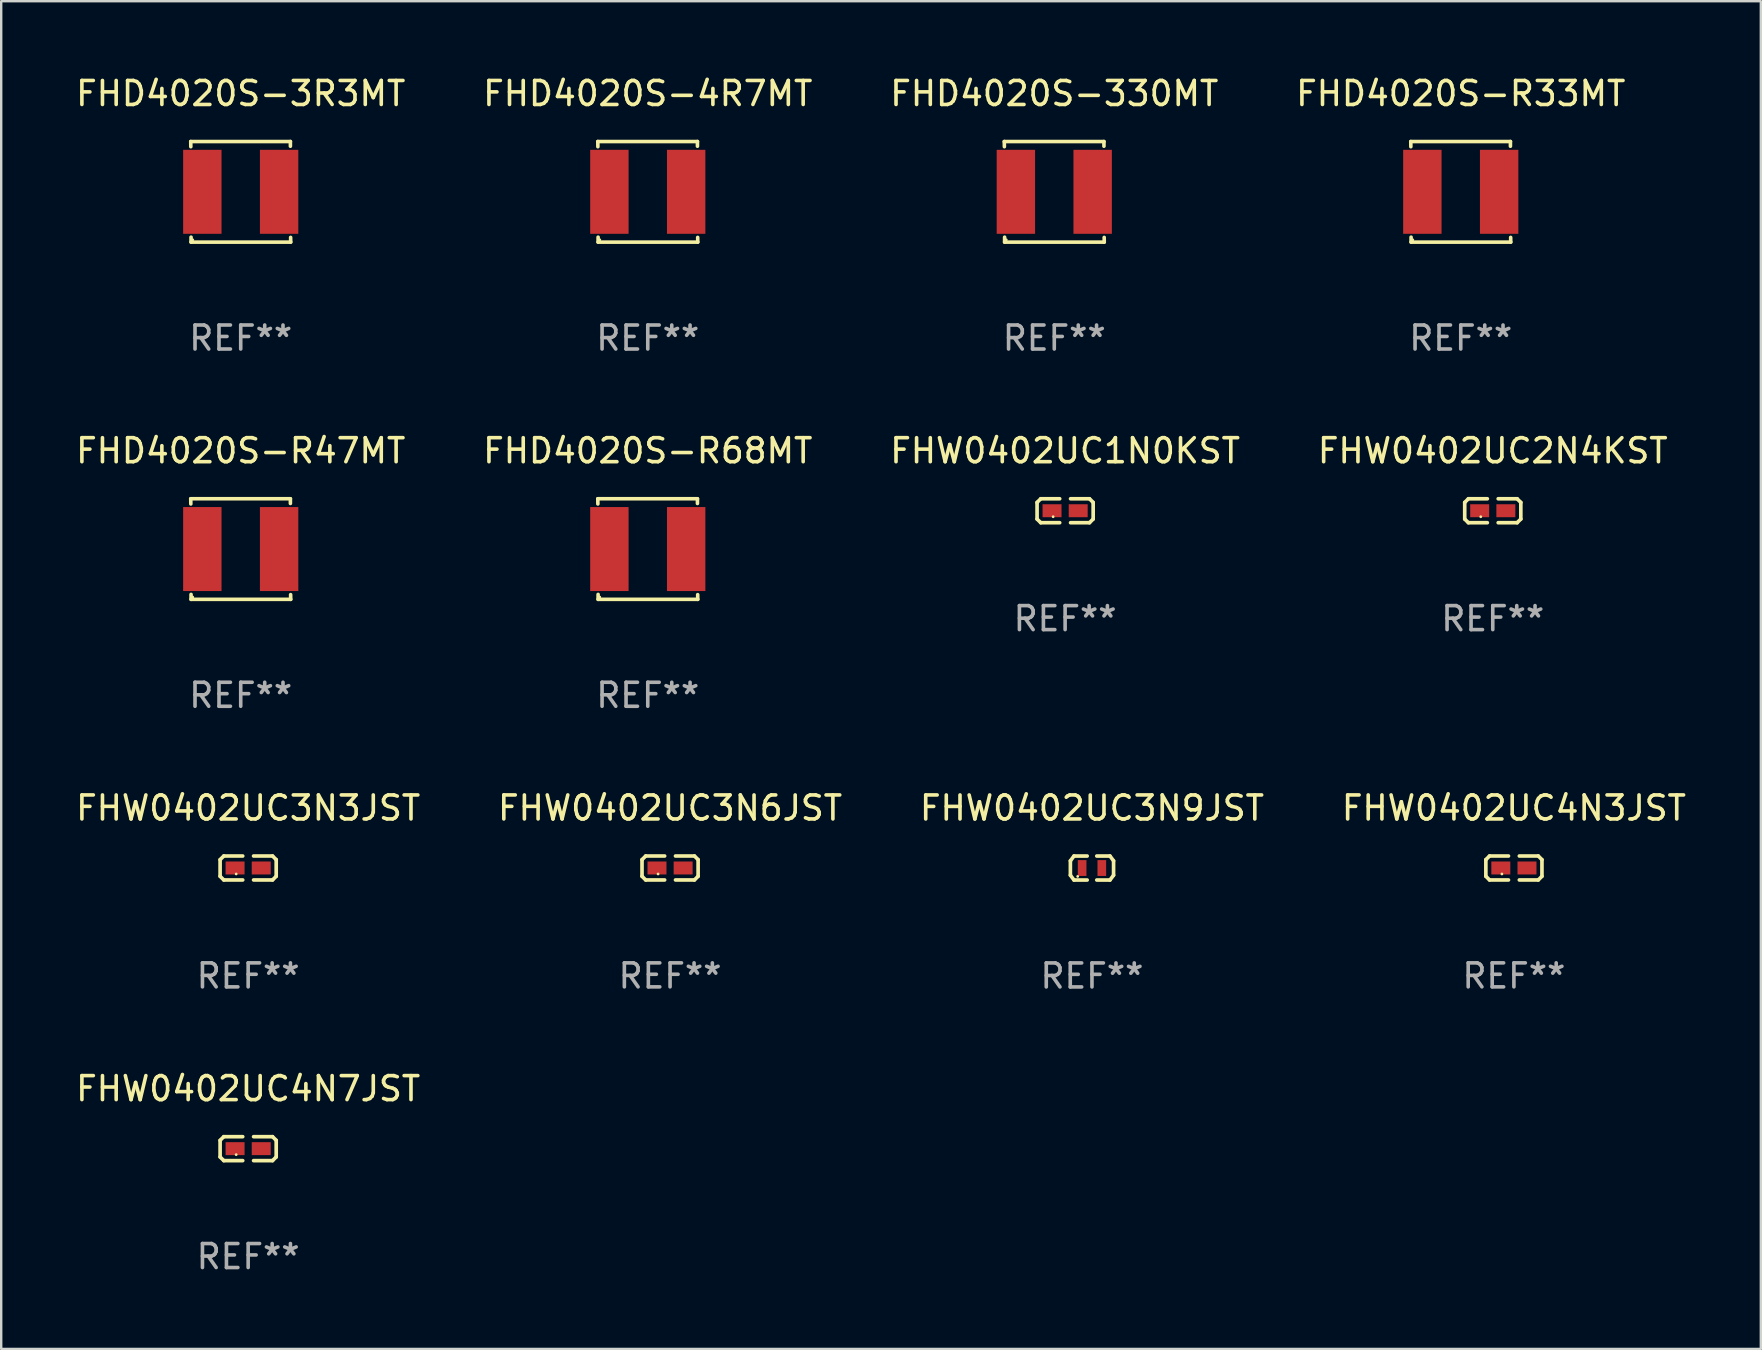
<source format=kicad_pcb>
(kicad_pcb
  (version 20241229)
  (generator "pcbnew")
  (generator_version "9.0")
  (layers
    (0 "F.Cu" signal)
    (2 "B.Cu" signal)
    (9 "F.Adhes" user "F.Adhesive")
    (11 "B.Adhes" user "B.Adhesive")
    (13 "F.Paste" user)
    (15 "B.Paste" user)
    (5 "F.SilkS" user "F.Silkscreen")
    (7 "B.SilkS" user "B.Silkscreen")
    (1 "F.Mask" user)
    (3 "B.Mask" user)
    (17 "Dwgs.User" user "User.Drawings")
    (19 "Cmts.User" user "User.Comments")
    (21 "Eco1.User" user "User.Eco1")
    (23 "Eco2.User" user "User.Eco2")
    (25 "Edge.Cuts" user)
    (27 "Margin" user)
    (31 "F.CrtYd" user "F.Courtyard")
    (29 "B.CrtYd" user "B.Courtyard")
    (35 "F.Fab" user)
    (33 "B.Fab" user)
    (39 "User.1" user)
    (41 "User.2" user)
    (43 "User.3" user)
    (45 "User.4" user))
  (footprint "FHW0402UC3N9JST"
    (layer "F.Cu")
    (at 42.458 33.125)
    (property "Reference" "FHW0402UC3N9JST" (at 0 -2.5 0) (layer "F.SilkS") (effects (font (size 1 1) (thickness 0.15))))
    (attr through_hole)
    (fp_line (start -0.9 -0.3) (end -0.9 0.3) (stroke (width 0.152) (type solid)) (layer "F.SilkS"))
    (fp_line (start -0.9 0.3) (end -0.75 0.5) (stroke (width 0.152) (type solid)) (layer "F.SilkS"))
    (fp_line (start -0.75 -0.5) (end -0.9 -0.3) (stroke (width 0.152) (type solid)) (layer "F.SilkS"))
    (fp_line (start -0.75 -0.5) (end -0.2 -0.5) (stroke (width 0.152) (type solid)) (layer "F.SilkS"))
    (fp_line (start -0.75 0.5) (end -0.2 0.5) (stroke (width 0.152) (type solid)) (layer "F.SilkS"))
    (fp_line (start 0.75 -0.5) (end 0.2 -0.5) (stroke (width 0.152) (type solid)) (layer "F.SilkS"))
    (fp_line (start 0.75 -0.5) (end 0.9 -0.3) (stroke (width 0.152) (type solid)) (layer "F.SilkS"))
    (fp_line (start 0.75 0.5) (end 0.2 0.5) (stroke (width 0.152) (type solid)) (layer "F.SilkS"))
    (fp_line (start 0.9 -0.3) (end 0.9 0.3) (stroke (width 0.152) (type solid)) (layer "F.SilkS"))
    (fp_line (start 0.9 0.3) (end 0.75 0.5) (stroke (width 0.152) (type solid)) (layer "F.SilkS"))
    (fp_circle (center -0.595 0.35) (end -0.565 0.35) (stroke (width 0.06) (type solid)) (fill no) (layer "F.SilkS"))
    (fp_text user "REF**" (at 0 4.5 0) (layer "F.Fab") (effects (font (size 1 1) (thickness 0.15))))
    (pad "1" smd rect (at -0.41 0.000013 90) (size 0.66 0.36) (layers "F.Cu" "F.Mask" "F.Paste"))
    (pad "2" smd rect (at 0.41 0.000013 90) (size 0.66 0.36) (layers "F.Cu" "F.Mask" "F.Paste")))
  (footprint "FHD4020S-R47MT"
    (layer "F.Cu")
    (at 6.982 19.832)
    (property "Reference" "FHD4020S-R47MT" (at 0 -4.096 0) (layer "F.SilkS") (effects (font (size 1 1) (thickness 0.15))))
    (attr through_hole)
    (fp_line (start -2.083 -2.096) (end -2.08 -1.88) (stroke (width 0.15) (type solid)) (layer "F.SilkS"))
    (fp_line (start -2.07 1.89) (end -2.07 2.096) (stroke (width 0.15) (type solid)) (layer "F.SilkS"))
    (fp_line (start -2.07 2.096) (end 2.083 2.096) (stroke (width 0.15) (type solid)) (layer "F.SilkS"))
    (fp_line (start 2.07 -1.9) (end 2.07 -2.096) (stroke (width 0.15) (type solid)) (layer "F.SilkS"))
    (fp_line (start 2.07 -2.096) (end -2.083 -2.096) (stroke (width 0.15) (type solid)) (layer "F.SilkS"))
    (fp_line (start 2.083 2.096) (end 2.08 1.9) (stroke (width 0.15) (type solid)) (layer "F.SilkS"))
    (fp_circle (center -2 2) (end -1.97 2) (stroke (width 0.06) (type solid)) (fill no) (layer "F.SilkS"))
    (fp_text user "REF**" (at 0 6.096 0) (layer "F.Fab") (effects (font (size 1 1) (thickness 0.15))))
    (pad "1" smd rect (at -1.6 -0.000343) (size 1.6 3.5) (layers "F.Cu" "F.Mask" "F.Paste"))
    (pad "2" smd rect (at 1.6 -0.000343) (size 1.6 3.5) (layers "F.Cu" "F.Mask" "F.Paste")))
  (footprint "FHD4020S-4R7MT"
    (layer "F.Cu")
    (at 23.946 4.944)
    (property "Reference" "FHD4020S-4R7MT" (at 0 -4.096 0) (layer "F.SilkS") (effects (font (size 1 1) (thickness 0.15))))
    (attr through_hole)
    (fp_line (start -2.083 -2.096) (end -2.08 -1.88) (stroke (width 0.15) (type solid)) (layer "F.SilkS"))
    (fp_line (start -2.07 1.89) (end -2.07 2.096) (stroke (width 0.15) (type solid)) (layer "F.SilkS"))
    (fp_line (start -2.07 2.096) (end 2.083 2.096) (stroke (width 0.15) (type solid)) (layer "F.SilkS"))
    (fp_line (start 2.07 -1.9) (end 2.07 -2.096) (stroke (width 0.15) (type solid)) (layer "F.SilkS"))
    (fp_line (start 2.07 -2.096) (end -2.083 -2.096) (stroke (width 0.15) (type solid)) (layer "F.SilkS"))
    (fp_line (start 2.083 2.096) (end 2.08 1.9) (stroke (width 0.15) (type solid)) (layer "F.SilkS"))
    (fp_circle (center -2 2) (end -1.97 2) (stroke (width 0.06) (type solid)) (fill no) (layer "F.SilkS"))
    (fp_text user "REF**" (at 0 6.096 0) (layer "F.Fab") (effects (font (size 1 1) (thickness 0.15))))
    (pad "1" smd rect (at -1.6 -0.000343) (size 1.6 3.5) (layers "F.Cu" "F.Mask" "F.Paste"))
    (pad "2" smd rect (at 1.6 -0.000343) (size 1.6 3.5) (layers "F.Cu" "F.Mask" "F.Paste")))
  (footprint "FHW0402UC2N4KST"
    (layer "F.Cu")
    (at 59.161 18.235)
    (property "Reference" "FHW0402UC2N4KST" (at 0 -2.499 0) (layer "F.SilkS") (effects (font (size 1 1) (thickness 0.15))))
    (attr through_hole)
    (fp_line (start -1.169 -0.346) (end -1.016 -0.499) (stroke (width 0.152) (type solid)) (layer "F.SilkS"))
    (fp_line (start -1.169 0.346) (end -1.169 -0.346) (stroke (width 0.152) (type solid)) (layer "F.SilkS"))
    (fp_line (start -1.016 -0.499) (end -0.226 -0.499) (stroke (width 0.152) (type solid)) (layer "F.SilkS"))
    (fp_line (start -1.016 0.499) (end -1.169 0.346) (stroke (width 0.152) (type solid)) (layer "F.SilkS"))
    (fp_line (start -0.226 0.499) (end -1.016 0.499) (stroke (width 0.152) (type solid)) (layer "F.SilkS"))
    (fp_line (start 0.226 0.499) (end 1.016 0.499) (stroke (width 0.152) (type solid)) (layer "F.SilkS"))
    (fp_line (start 1.016 -0.499) (end 0.226 -0.499) (stroke (width 0.152) (type solid)) (layer "F.SilkS"))
    (fp_line (start 1.016 0.499) (end 1.169 0.346) (stroke (width 0.152) (type solid)) (layer "F.SilkS"))
    (fp_line (start 1.169 -0.346) (end 1.016 -0.499) (stroke (width 0.152) (type solid)) (layer "F.SilkS"))
    (fp_line (start 1.169 0.346) (end 1.169 -0.346) (stroke (width 0.152) (type solid)) (layer "F.SilkS"))
    (fp_circle (center -0.5 0.25) (end -0.47 0.25) (stroke (width 0.06) (type solid)) (fill no) (layer "F.SilkS"))
    (fp_text user "REF**" (at 0 4.499 0) (layer "F.Fab") (effects (font (size 1 1) (thickness 0.15))))
    (pad "1" smd rect (at -0.545 0) (size 0.79 0.54) (layers "F.Cu" "F.Mask" "F.Paste"))
    (pad "2" smd rect (at 0.545 0) (size 0.79 0.54) (layers "F.Cu" "F.Mask" "F.Paste")))
  (footprint "FHW0402UC3N6JST"
    (layer "F.Cu")
    (at 24.875 33.123)
    (property "Reference" "FHW0402UC3N6JST" (at 0 -2.499 0) (layer "F.SilkS") (effects (font (size 1 1) (thickness 0.15))))
    (attr through_hole)
    (fp_line (start -1.169 -0.346) (end -1.016 -0.499) (stroke (width 0.152) (type solid)) (layer "F.SilkS"))
    (fp_line (start -1.169 0.346) (end -1.169 -0.346) (stroke (width 0.152) (type solid)) (layer "F.SilkS"))
    (fp_line (start -1.016 -0.499) (end -0.226 -0.499) (stroke (width 0.152) (type solid)) (layer "F.SilkS"))
    (fp_line (start -1.016 0.499) (end -1.169 0.346) (stroke (width 0.152) (type solid)) (layer "F.SilkS"))
    (fp_line (start -0.226 0.499) (end -1.016 0.499) (stroke (width 0.152) (type solid)) (layer "F.SilkS"))
    (fp_line (start 0.226 0.499) (end 1.016 0.499) (stroke (width 0.152) (type solid)) (layer "F.SilkS"))
    (fp_line (start 1.016 -0.499) (end 0.226 -0.499) (stroke (width 0.152) (type solid)) (layer "F.SilkS"))
    (fp_line (start 1.016 0.499) (end 1.169 0.346) (stroke (width 0.152) (type solid)) (layer "F.SilkS"))
    (fp_line (start 1.169 -0.346) (end 1.016 -0.499) (stroke (width 0.152) (type solid)) (layer "F.SilkS"))
    (fp_line (start 1.169 0.346) (end 1.169 -0.346) (stroke (width 0.152) (type solid)) (layer "F.SilkS"))
    (fp_circle (center -0.5 0.25) (end -0.47 0.25) (stroke (width 0.06) (type solid)) (fill no) (layer "F.SilkS"))
    (fp_text user "REF**" (at 0 4.499 0) (layer "F.Fab") (effects (font (size 1 1) (thickness 0.15))))
    (pad "1" smd rect (at -0.545 0) (size 0.79 0.54) (layers "F.Cu" "F.Mask" "F.Paste"))
    (pad "2" smd rect (at 0.545 0) (size 0.79 0.54) (layers "F.Cu" "F.Mask" "F.Paste")))
  (footprint "FHW0402UC1N0KST"
    (layer "F.Cu")
    (at 41.339 18.235)
    (property "Reference" "FHW0402UC1N0KST" (at 0 -2.499 0) (layer "F.SilkS") (effects (font (size 1 1) (thickness 0.15))))
    (attr through_hole)
    (fp_line (start -1.169 -0.346) (end -1.016 -0.499) (stroke (width 0.152) (type solid)) (layer "F.SilkS"))
    (fp_line (start -1.169 0.346) (end -1.169 -0.346) (stroke (width 0.152) (type solid)) (layer "F.SilkS"))
    (fp_line (start -1.016 -0.499) (end -0.226 -0.499) (stroke (width 0.152) (type solid)) (layer "F.SilkS"))
    (fp_line (start -1.016 0.499) (end -1.169 0.346) (stroke (width 0.152) (type solid)) (layer "F.SilkS"))
    (fp_line (start -0.226 0.499) (end -1.016 0.499) (stroke (width 0.152) (type solid)) (layer "F.SilkS"))
    (fp_line (start 0.226 0.499) (end 1.016 0.499) (stroke (width 0.152) (type solid)) (layer "F.SilkS"))
    (fp_line (start 1.016 -0.499) (end 0.226 -0.499) (stroke (width 0.152) (type solid)) (layer "F.SilkS"))
    (fp_line (start 1.016 0.499) (end 1.169 0.346) (stroke (width 0.152) (type solid)) (layer "F.SilkS"))
    (fp_line (start 1.169 -0.346) (end 1.016 -0.499) (stroke (width 0.152) (type solid)) (layer "F.SilkS"))
    (fp_line (start 1.169 0.346) (end 1.169 -0.346) (stroke (width 0.152) (type solid)) (layer "F.SilkS"))
    (fp_circle (center -0.5 0.25) (end -0.47 0.25) (stroke (width 0.06) (type solid)) (fill no) (layer "F.SilkS"))
    (fp_text user "REF**" (at 0 4.499 0) (layer "F.Fab") (effects (font (size 1 1) (thickness 0.15))))
    (pad "1" smd rect (at -0.545 0) (size 0.79 0.54) (layers "F.Cu" "F.Mask" "F.Paste"))
    (pad "2" smd rect (at 0.545 0) (size 0.79 0.54) (layers "F.Cu" "F.Mask" "F.Paste")))
  (footprint "FHW0402UC4N3JST"
    (layer "F.Cu")
    (at 60.042 33.123)
    (property "Reference" "FHW0402UC4N3JST" (at 0 -2.499 0) (layer "F.SilkS") (effects (font (size 1 1) (thickness 0.15))))
    (attr through_hole)
    (fp_line (start -1.169 -0.346) (end -1.016 -0.499) (stroke (width 0.152) (type solid)) (layer "F.SilkS"))
    (fp_line (start -1.169 0.346) (end -1.169 -0.346) (stroke (width 0.152) (type solid)) (layer "F.SilkS"))
    (fp_line (start -1.016 -0.499) (end -0.226 -0.499) (stroke (width 0.152) (type solid)) (layer "F.SilkS"))
    (fp_line (start -1.016 0.499) (end -1.169 0.346) (stroke (width 0.152) (type solid)) (layer "F.SilkS"))
    (fp_line (start -0.226 0.499) (end -1.016 0.499) (stroke (width 0.152) (type solid)) (layer "F.SilkS"))
    (fp_line (start 0.226 0.499) (end 1.016 0.499) (stroke (width 0.152) (type solid)) (layer "F.SilkS"))
    (fp_line (start 1.016 -0.499) (end 0.226 -0.499) (stroke (width 0.152) (type solid)) (layer "F.SilkS"))
    (fp_line (start 1.016 0.499) (end 1.169 0.346) (stroke (width 0.152) (type solid)) (layer "F.SilkS"))
    (fp_line (start 1.169 -0.346) (end 1.016 -0.499) (stroke (width 0.152) (type solid)) (layer "F.SilkS"))
    (fp_line (start 1.169 0.346) (end 1.169 -0.346) (stroke (width 0.152) (type solid)) (layer "F.SilkS"))
    (fp_circle (center -0.5 0.25) (end -0.47 0.25) (stroke (width 0.06) (type solid)) (fill no) (layer "F.SilkS"))
    (fp_text user "REF**" (at 0 4.499 0) (layer "F.Fab") (effects (font (size 1 1) (thickness 0.15))))
    (pad "1" smd rect (at -0.545 0) (size 0.79 0.54) (layers "F.Cu" "F.Mask" "F.Paste"))
    (pad "2" smd rect (at 0.545 0) (size 0.79 0.54) (layers "F.Cu" "F.Mask" "F.Paste")))
  (footprint "FHW0402UC3N3JST"
    (layer "F.Cu")
    (at 7.292 33.123)
    (property "Reference" "FHW0402UC3N3JST" (at 0 -2.499 0) (layer "F.SilkS") (effects (font (size 1 1) (thickness 0.15))))
    (attr through_hole)
    (fp_line (start -1.169 -0.346) (end -1.016 -0.499) (stroke (width 0.152) (type solid)) (layer "F.SilkS"))
    (fp_line (start -1.169 0.346) (end -1.169 -0.346) (stroke (width 0.152) (type solid)) (layer "F.SilkS"))
    (fp_line (start -1.016 -0.499) (end -0.226 -0.499) (stroke (width 0.152) (type solid)) (layer "F.SilkS"))
    (fp_line (start -1.016 0.499) (end -1.169 0.346) (stroke (width 0.152) (type solid)) (layer "F.SilkS"))
    (fp_line (start -0.226 0.499) (end -1.016 0.499) (stroke (width 0.152) (type solid)) (layer "F.SilkS"))
    (fp_line (start 0.226 0.499) (end 1.016 0.499) (stroke (width 0.152) (type solid)) (layer "F.SilkS"))
    (fp_line (start 1.016 -0.499) (end 0.226 -0.499) (stroke (width 0.152) (type solid)) (layer "F.SilkS"))
    (fp_line (start 1.016 0.499) (end 1.169 0.346) (stroke (width 0.152) (type solid)) (layer "F.SilkS"))
    (fp_line (start 1.169 -0.346) (end 1.016 -0.499) (stroke (width 0.152) (type solid)) (layer "F.SilkS"))
    (fp_line (start 1.169 0.346) (end 1.169 -0.346) (stroke (width 0.152) (type solid)) (layer "F.SilkS"))
    (fp_circle (center -0.5 0.25) (end -0.47 0.25) (stroke (width 0.06) (type solid)) (fill no) (layer "F.SilkS"))
    (fp_text user "REF**" (at 0 4.499 0) (layer "F.Fab") (effects (font (size 1 1) (thickness 0.15))))
    (pad "1" smd rect (at -0.545 0) (size 0.79 0.54) (layers "F.Cu" "F.Mask" "F.Paste"))
    (pad "2" smd rect (at 0.545 0) (size 0.79 0.54) (layers "F.Cu" "F.Mask" "F.Paste")))
  (footprint "FHD4020S-R33MT"
    (layer "F.Cu")
    (at 57.827 4.944)
    (property "Reference" "FHD4020S-R33MT" (at 0 -4.096 0) (layer "F.SilkS") (effects (font (size 1 1) (thickness 0.15))))
    (attr through_hole)
    (fp_line (start -2.083 -2.096) (end -2.08 -1.88) (stroke (width 0.15) (type solid)) (layer "F.SilkS"))
    (fp_line (start -2.07 1.89) (end -2.07 2.096) (stroke (width 0.15) (type solid)) (layer "F.SilkS"))
    (fp_line (start -2.07 2.096) (end 2.083 2.096) (stroke (width 0.15) (type solid)) (layer "F.SilkS"))
    (fp_line (start 2.07 -1.9) (end 2.07 -2.096) (stroke (width 0.15) (type solid)) (layer "F.SilkS"))
    (fp_line (start 2.07 -2.096) (end -2.083 -2.096) (stroke (width 0.15) (type solid)) (layer "F.SilkS"))
    (fp_line (start 2.083 2.096) (end 2.08 1.9) (stroke (width 0.15) (type solid)) (layer "F.SilkS"))
    (fp_circle (center -2 2) (end -1.97 2) (stroke (width 0.06) (type solid)) (fill no) (layer "F.SilkS"))
    (fp_text user "REF**" (at 0 6.096 0) (layer "F.Fab") (effects (font (size 1 1) (thickness 0.15))))
    (pad "1" smd rect (at -1.6 -0.000343) (size 1.6 3.5) (layers "F.Cu" "F.Mask" "F.Paste"))
    (pad "2" smd rect (at 1.6 -0.000343) (size 1.6 3.5) (layers "F.Cu" "F.Mask" "F.Paste")))
  (footprint "FHD4020S-330MT"
    (layer "F.Cu")
    (at 40.887 4.944)
    (property "Reference" "FHD4020S-330MT" (at 0 -4.096 0) (layer "F.SilkS") (effects (font (size 1 1) (thickness 0.15))))
    (attr through_hole)
    (fp_line (start -2.083 -2.096) (end -2.08 -1.88) (stroke (width 0.15) (type solid)) (layer "F.SilkS"))
    (fp_line (start -2.07 1.89) (end -2.07 2.096) (stroke (width 0.15) (type solid)) (layer "F.SilkS"))
    (fp_line (start -2.07 2.096) (end 2.083 2.096) (stroke (width 0.15) (type solid)) (layer "F.SilkS"))
    (fp_line (start 2.07 -1.9) (end 2.07 -2.096) (stroke (width 0.15) (type solid)) (layer "F.SilkS"))
    (fp_line (start 2.07 -2.096) (end -2.083 -2.096) (stroke (width 0.15) (type solid)) (layer "F.SilkS"))
    (fp_line (start 2.083 2.096) (end 2.08 1.9) (stroke (width 0.15) (type solid)) (layer "F.SilkS"))
    (fp_circle (center -2 2) (end -1.97 2) (stroke (width 0.06) (type solid)) (fill no) (layer "F.SilkS"))
    (fp_text user "REF**" (at 0 6.096 0) (layer "F.Fab") (effects (font (size 1 1) (thickness 0.15))))
    (pad "1" smd rect (at -1.6 -0.000343) (size 1.6 3.5) (layers "F.Cu" "F.Mask" "F.Paste"))
    (pad "2" smd rect (at 1.6 -0.000343) (size 1.6 3.5) (layers "F.Cu" "F.Mask" "F.Paste")))
  (footprint "FHD4020S-3R3MT"
    (layer "F.Cu")
    (at 6.982 4.944)
    (property "Reference" "FHD4020S-3R3MT" (at 0 -4.096 0) (layer "F.SilkS") (effects (font (size 1 1) (thickness 0.15))))
    (attr through_hole)
    (fp_line (start -2.083 -2.096) (end -2.08 -1.88) (stroke (width 0.15) (type solid)) (layer "F.SilkS"))
    (fp_line (start -2.07 1.89) (end -2.07 2.096) (stroke (width 0.15) (type solid)) (layer "F.SilkS"))
    (fp_line (start -2.07 2.096) (end 2.083 2.096) (stroke (width 0.15) (type solid)) (layer "F.SilkS"))
    (fp_line (start 2.07 -1.9) (end 2.07 -2.096) (stroke (width 0.15) (type solid)) (layer "F.SilkS"))
    (fp_line (start 2.07 -2.096) (end -2.083 -2.096) (stroke (width 0.15) (type solid)) (layer "F.SilkS"))
    (fp_line (start 2.083 2.096) (end 2.08 1.9) (stroke (width 0.15) (type solid)) (layer "F.SilkS"))
    (fp_circle (center -2 2) (end -1.97 2) (stroke (width 0.06) (type solid)) (fill no) (layer "F.SilkS"))
    (fp_text user "REF**" (at 0 6.096 0) (layer "F.Fab") (effects (font (size 1 1) (thickness 0.15))))
    (pad "1" smd rect (at -1.6 -0.000343) (size 1.6 3.5) (layers "F.Cu" "F.Mask" "F.Paste"))
    (pad "2" smd rect (at 1.6 -0.000343) (size 1.6 3.5) (layers "F.Cu" "F.Mask" "F.Paste")))
  (footprint "FHW0402UC4N7JST"
    (layer "F.Cu")
    (at 7.292 44.82)
    (property "Reference" "FHW0402UC4N7JST" (at 0 -2.499 0) (layer "F.SilkS") (effects (font (size 1 1) (thickness 0.15))))
    (attr through_hole)
    (fp_line (start -1.169 -0.346) (end -1.016 -0.499) (stroke (width 0.152) (type solid)) (layer "F.SilkS"))
    (fp_line (start -1.169 0.346) (end -1.169 -0.346) (stroke (width 0.152) (type solid)) (layer "F.SilkS"))
    (fp_line (start -1.016 -0.499) (end -0.226 -0.499) (stroke (width 0.152) (type solid)) (layer "F.SilkS"))
    (fp_line (start -1.016 0.499) (end -1.169 0.346) (stroke (width 0.152) (type solid)) (layer "F.SilkS"))
    (fp_line (start -0.226 0.499) (end -1.016 0.499) (stroke (width 0.152) (type solid)) (layer "F.SilkS"))
    (fp_line (start 0.226 0.499) (end 1.016 0.499) (stroke (width 0.152) (type solid)) (layer "F.SilkS"))
    (fp_line (start 1.016 -0.499) (end 0.226 -0.499) (stroke (width 0.152) (type solid)) (layer "F.SilkS"))
    (fp_line (start 1.016 0.499) (end 1.169 0.346) (stroke (width 0.152) (type solid)) (layer "F.SilkS"))
    (fp_line (start 1.169 -0.346) (end 1.016 -0.499) (stroke (width 0.152) (type solid)) (layer "F.SilkS"))
    (fp_line (start 1.169 0.346) (end 1.169 -0.346) (stroke (width 0.152) (type solid)) (layer "F.SilkS"))
    (fp_circle (center -0.5 0.25) (end -0.47 0.25) (stroke (width 0.06) (type solid)) (fill no) (layer "F.SilkS"))
    (fp_text user "REF**" (at 0 4.499 0) (layer "F.Fab") (effects (font (size 1 1) (thickness 0.15))))
    (pad "1" smd rect (at -0.545 0) (size 0.79 0.54) (layers "F.Cu" "F.Mask" "F.Paste"))
    (pad "2" smd rect (at 0.545 0) (size 0.79 0.54) (layers "F.Cu" "F.Mask" "F.Paste")))
  (footprint "FHD4020S-R68MT"
    (layer "F.Cu")
    (at 23.946 19.832)
    (property "Reference" "FHD4020S-R68MT" (at 0 -4.096 0) (layer "F.SilkS") (effects (font (size 1 1) (thickness 0.15))))
    (attr through_hole)
    (fp_line (start -2.083 -2.096) (end -2.08 -1.88) (stroke (width 0.15) (type solid)) (layer "F.SilkS"))
    (fp_line (start -2.07 1.89) (end -2.07 2.096) (stroke (width 0.15) (type solid)) (layer "F.SilkS"))
    (fp_line (start -2.07 2.096) (end 2.083 2.096) (stroke (width 0.15) (type solid)) (layer "F.SilkS"))
    (fp_line (start 2.07 -1.9) (end 2.07 -2.096) (stroke (width 0.15) (type solid)) (layer "F.SilkS"))
    (fp_line (start 2.07 -2.096) (end -2.083 -2.096) (stroke (width 0.15) (type solid)) (layer "F.SilkS"))
    (fp_line (start 2.083 2.096) (end 2.08 1.9) (stroke (width 0.15) (type solid)) (layer "F.SilkS"))
    (fp_circle (center -2 2) (end -1.97 2) (stroke (width 0.06) (type solid)) (fill no) (layer "F.SilkS"))
    (fp_text user "REF**" (at 0 6.096 0) (layer "F.Fab") (effects (font (size 1 1) (thickness 0.15))))
    (pad "1" smd rect (at -1.6 -0.000343) (size 1.6 3.5) (layers "F.Cu" "F.Mask" "F.Paste"))
    (pad "2" smd rect (at 1.6 -0.000343) (size 1.6 3.5) (layers "F.Cu" "F.Mask" "F.Paste")))
  (gr_rect
    (start -3 -3)
    (end 70.333 53.167)
    (stroke (width 0.1) (type default))
    (fill no)
    (layer "Edge.Cuts")))
</source>
